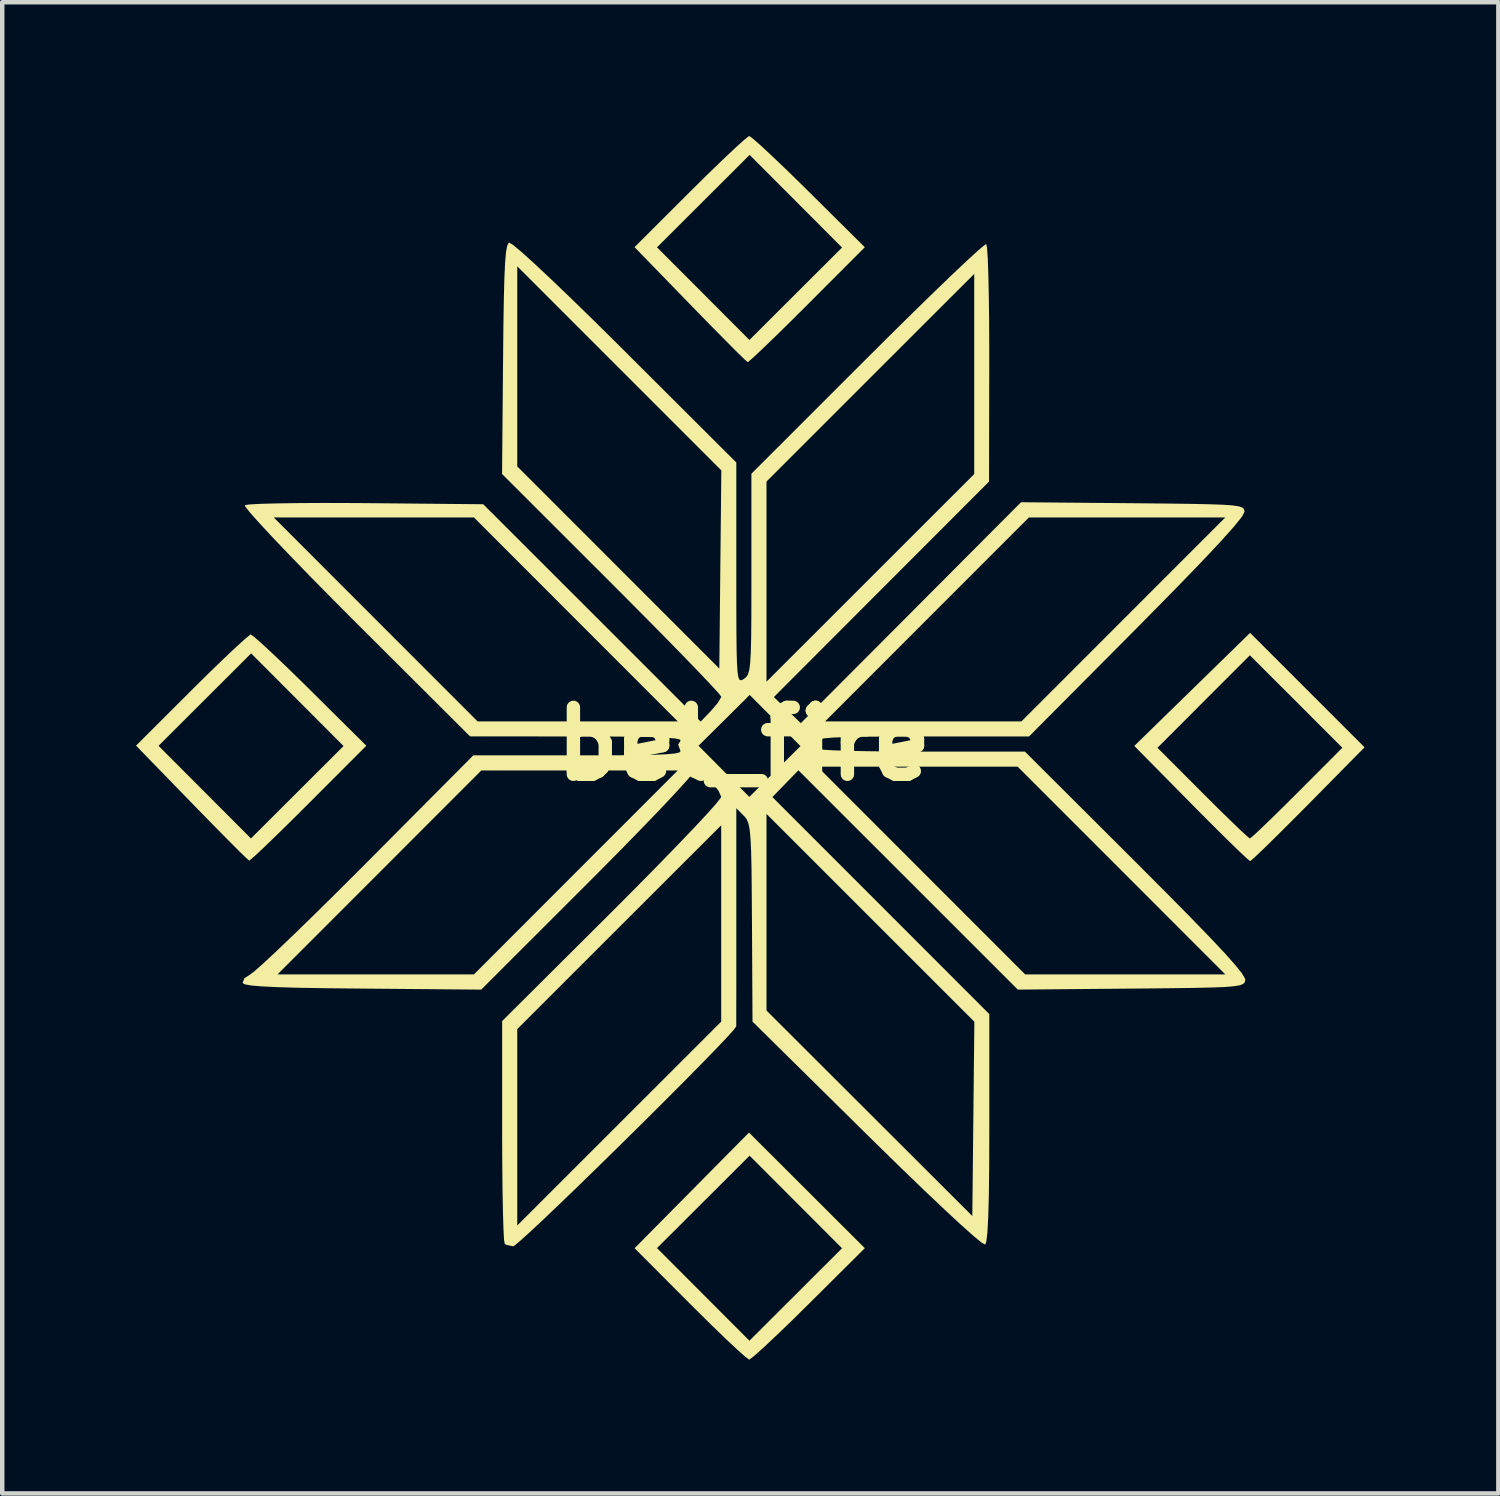
<source format=kicad_pcb>
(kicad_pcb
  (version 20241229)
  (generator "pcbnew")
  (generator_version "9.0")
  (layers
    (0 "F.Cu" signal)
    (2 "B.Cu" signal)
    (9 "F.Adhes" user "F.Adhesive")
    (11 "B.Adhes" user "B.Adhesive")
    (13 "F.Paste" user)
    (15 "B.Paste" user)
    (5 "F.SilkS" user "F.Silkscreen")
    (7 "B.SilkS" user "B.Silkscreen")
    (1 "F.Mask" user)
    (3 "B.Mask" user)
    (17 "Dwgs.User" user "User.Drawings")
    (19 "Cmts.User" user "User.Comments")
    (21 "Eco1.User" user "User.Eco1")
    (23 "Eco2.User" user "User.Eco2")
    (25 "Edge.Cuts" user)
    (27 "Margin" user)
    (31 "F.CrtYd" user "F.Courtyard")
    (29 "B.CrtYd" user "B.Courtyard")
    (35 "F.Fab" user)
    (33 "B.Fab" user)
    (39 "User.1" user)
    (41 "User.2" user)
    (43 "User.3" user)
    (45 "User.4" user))
  (footprint "bel_fire"
    (layer "F.Cu")
    (at 13.627 13.631)
    (property "Reference" "bel_fire" (at 0 0 0) (layer "F.SilkS") (effects (font (size 1.5 1.5) (thickness 0.3))))
    (attr board_only exclude_from_pos_files exclude_from_bom)
    (fp_poly (pts (xy 1.414 10.007) (xy 2.712 11.303) (xy 1.456 12.552) (xy 1.078 12.925) (xy 0.737 13.253) (xy 0.454 13.519) (xy 0.246 13.706) (xy 0.133 13.795) (xy 0.12 13.801) (xy 0.039 13.743) (xy -0.142 13.583) (xy -0.404 13.337) (xy -0.728 13.024) (xy -1.095 12.661) (xy -1.205 12.552) (xy -2.45 11.303) (xy -2.447 11.301) (xy -1.947 11.301) (xy -0.911 12.339) (xy 0.125 13.377) (xy 1.163 12.341) (xy 2.201 11.305) (xy 1.165 10.267) (xy 0.129 9.229) (xy -0.909 10.265) (xy -1.947 11.301) (xy -2.447 11.301) (xy -1.167 10.007) (xy 0.115 8.711)) (stroke (width 0) (type solid)) (fill yes) (layer "F.SilkS"))
    (fp_poly (pts (xy 12.633 -1.209) (xy 13.916 0.073) (xy 12.658 1.349) (xy 12.282 1.727) (xy 11.947 2.061) (xy 11.67 2.332) (xy 11.469 2.524) (xy 11.362 2.618) (xy 11.35 2.625) (xy 11.279 2.567) (xy 11.107 2.406) (xy 10.853 2.159) (xy 10.534 1.843) (xy 10.169 1.477) (xy 10.027 1.333) (xy 8.794 0.084) (xy 9.273 0.084) (xy 10.287 1.1) (xy 10.623 1.435) (xy 10.918 1.723) (xy 11.15 1.946) (xy 11.299 2.082) (xy 11.345 2.117) (xy 11.417 2.06) (xy 11.587 1.902) (xy 11.835 1.663) (xy 12.141 1.362) (xy 12.404 1.1) (xy 13.418 0.084) (xy 12.382 -0.953) (xy 11.345 -1.989) (xy 10.309 -0.953) (xy 9.273 0.084) (xy 8.794 0.084) (xy 8.754 0.042) (xy 10.052 -1.225) (xy 11.35 -2.492)) (stroke (width 0) (type solid)) (fill yes) (layer "F.SilkS"))
    (fp_poly (pts (xy -10.974 -2.398) (xy -10.793 -2.239) (xy -10.53 -1.994) (xy -10.204 -1.683) (xy -9.835 -1.322) (xy -9.721 -1.209) (xy -8.464 0.038) (xy -9.755 1.331) (xy -10.136 1.71) (xy -10.477 2.045) (xy -10.759 2.317) (xy -10.965 2.51) (xy -11.076 2.606) (xy -11.09 2.614) (xy -11.16 2.553) (xy -11.329 2.388) (xy -11.579 2.137) (xy -11.894 1.818) (xy -12.255 1.449) (xy -12.38 1.32) (xy -13.623 0.04) (xy -13.123 0.04) (xy -12.087 1.078) (xy -11.051 2.117) (xy -10.013 1.081) (xy -8.975 0.045) (xy -10.011 -0.994) (xy -11.047 -2.032) (xy -12.085 -0.996) (xy -13.123 0.04) (xy -13.623 0.04) (xy -13.627 0.036) (xy -12.379 -1.21) (xy -12.003 -1.582) (xy -11.664 -1.91) (xy -11.382 -2.176) (xy -11.177 -2.362) (xy -11.066 -2.451) (xy -11.054 -2.455)) (stroke (width 0) (type solid)) (fill yes) (layer "F.SilkS"))
    (fp_poly (pts (xy 0.202 -13.574) (xy 0.383 -13.415) (xy 0.646 -13.17) (xy 0.972 -12.859) (xy 1.341 -12.498) (xy 1.455 -12.385) (xy 2.712 -11.138) (xy 1.421 -9.845) (xy 1.04 -9.466) (xy 0.699 -9.131) (xy 0.417 -8.859) (xy 0.211 -8.666) (xy 0.1 -8.57) (xy 0.086 -8.562) (xy 0.016 -8.623) (xy -0.153 -8.788) (xy -0.403 -9.039) (xy -0.718 -9.358) (xy -1.079 -9.727) (xy -1.204 -9.856) (xy -2.447 -11.136) (xy -1.947 -11.136) (xy -0.911 -10.098) (xy 0.125 -9.059) (xy 1.163 -10.095) (xy 2.201 -11.131) (xy 1.165 -12.17) (xy 0.129 -13.208) (xy -0.909 -12.172) (xy -1.947 -11.136) (xy -2.447 -11.136) (xy -2.451 -11.14) (xy -1.203 -12.386) (xy -0.827 -12.758) (xy -0.488 -13.086) (xy -0.206 -13.352) (xy -0.001 -13.538) (xy 0.11 -13.627) (xy 0.122 -13.631)) (stroke (width 0) (type solid)) (fill yes) (layer "F.SilkS"))
    (fp_poly (pts (xy -5.178 -11.193) (xy -4.985 -11.032) (xy -4.697 -10.772) (xy -4.322 -10.421) (xy -3.873 -9.99) (xy -3.36 -9.491) (xy -2.795 -8.932) (xy -2.659 -8.796) (xy -0.169 -6.312) (xy -0.169 -3.832) (xy -0.169 -3.121) (xy -0.167 -2.561) (xy -0.163 -2.136) (xy -0.155 -1.829) (xy -0.142 -1.622) (xy -0.123 -1.498) (xy -0.096 -1.439) (xy -0.061 -1.429) (xy -0.015 -1.449) (xy 0 -1.459) (xy 0.051 -1.498) (xy 0.09 -1.556) (xy 0.12 -1.653) (xy 0.141 -1.81) (xy 0.155 -2.046) (xy 0.164 -2.38) (xy 0.168 -2.834) (xy 0.169 -3.426) (xy 0.169 -3.812) (xy 0.169 -5.885) (xy 0.508 -5.885) (xy 0.508 -3.642) (xy 0.508 -1.398) (xy 2.836 -3.725) (xy 5.165 -6.053) (xy 5.165 -8.296) (xy 5.165 -10.54) (xy 2.836 -8.213) (xy 0.508 -5.885) (xy 0.169 -5.885) (xy 0.169 -6.06) (xy 2.766 -8.656) (xy 3.313 -9.2) (xy 3.823 -9.703) (xy 4.286 -10.154) (xy 4.687 -10.54) (xy 5.015 -10.849) (xy 5.257 -11.07) (xy 5.401 -11.19) (xy 5.435 -11.208) (xy 5.453 -11.115) (xy 5.469 -10.874) (xy 5.482 -10.505) (xy 5.492 -10.029) (xy 5.499 -9.467) (xy 5.502 -8.839) (xy 5.502 -8.524) (xy 5.497 -5.884) (xy 3.085 -3.469) (xy 0.673 -1.053) (xy 0.975 -0.76) (xy 1.277 -0.468) (xy 1.317 -0.508) (xy 1.822 -0.508) (xy 4.023 -0.508) (xy 6.224 -0.508) (xy 8.509 -2.794) (xy 10.794 -5.08) (xy 8.592 -5.08) (xy 6.391 -5.08) (xy 4.106 -2.794) (xy 1.822 -0.508) (xy 1.317 -0.508) (xy 3.746 -2.944) (xy 6.214 -5.421) (xy 8.716 -5.399) (xy 9.432 -5.392) (xy 9.997 -5.385) (xy 10.428 -5.376) (xy 10.744 -5.365) (xy 10.963 -5.349) (xy 11.102 -5.328) (xy 11.18 -5.299) (xy 11.215 -5.262) (xy 11.225 -5.216) (xy 11.225 -5.207) (xy 11.167 -5.097) (xy 10.988 -4.874) (xy 10.688 -4.538) (xy 10.266 -4.089) (xy 9.721 -3.525) (xy 9.053 -2.846) (xy 8.813 -2.603) (xy 6.393 -0.169) (xy 3.991 -0.169) (xy 3.279 -0.168) (xy 2.721 -0.164) (xy 2.3 -0.157) (xy 2.001 -0.145) (xy 1.807 -0.128) (xy 1.703 -0.105) (xy 1.673 -0.076) (xy 1.682 -0.056) (xy 1.736 0.068) (xy 1.721 0.114) (xy 1.787 0.128) (xy 2.001 0.141) (xy 2.343 0.152) (xy 2.791 0.161) (xy 3.325 0.167) (xy 3.923 0.169) (xy 3.983 0.169) (xy 6.301 0.169) (xy 8.784 2.646) (xy 9.447 3.311) (xy 9.995 3.866) (xy 10.434 4.319) (xy 10.771 4.677) (xy 11.012 4.948) (xy 11.165 5.138) (xy 11.235 5.256) (xy 11.242 5.292) (xy 11.23 5.34) (xy 11.196 5.378) (xy 11.122 5.408) (xy 10.991 5.43) (xy 10.785 5.447) (xy 10.484 5.459) (xy 10.072 5.468) (xy 9.531 5.475) (xy 8.842 5.482) (xy 8.68 5.483) (xy 6.142 5.506) (xy 3.682 3.047) (xy 1.223 0.589) (xy 0.931 0.889) (xy 0.64 1.189) (xy 3.072 3.622) (xy 5.503 6.055) (xy 5.503 8.61) (xy 5.501 9.437) (xy 5.493 10.099) (xy 5.479 10.604) (xy 5.46 10.956) (xy 5.435 11.161) (xy 5.41 11.223) (xy 5.331 11.179) (xy 5.143 11.024) (xy 4.857 10.769) (xy 4.486 10.424) (xy 4.038 10) (xy 3.527 9.507) (xy 2.961 8.954) (xy 2.756 8.752) (xy 0.194 6.223) (xy 0.182 4) (xy 0.18 3.771) (xy 0.508 3.771) (xy 0.508 5.975) (xy 2.815 8.278) (xy 5.122 10.581) (xy 5.145 8.404) (xy 5.168 6.226) (xy 2.838 3.897) (xy 0.508 1.567) (xy 0.508 3.771) (xy 0.18 3.771) (xy 0.177 3.327) (xy 0.172 2.803) (xy 0.163 2.407) (xy 0.149 2.118) (xy 0.13 1.917) (xy 0.103 1.782) (xy 0.067 1.693) (xy 0.02 1.629) (xy 0 1.609) (xy -0.169 1.439) (xy -0.169 3.852) (xy -0.169 4.476) (xy -0.169 5.044) (xy -0.169 5.535) (xy -0.17 5.926) (xy -0.17 6.196) (xy -0.17 6.323) (xy -0.17 6.329) (xy -0.229 6.41) (xy -0.394 6.593) (xy -0.65 6.862) (xy -0.982 7.203) (xy -1.373 7.599) (xy -1.809 8.036) (xy -2.273 8.498) (xy -2.75 8.969) (xy -3.225 9.435) (xy -3.682 9.88) (xy -4.105 10.288) (xy -4.478 10.644) (xy -4.787 10.933) (xy -5.015 11.139) (xy -5.147 11.248) (xy -5.171 11.261) (xy -5.324 11.229) (xy -5.362 11.204) (xy -5.377 11.108) (xy -5.39 10.865) (xy -5.401 10.495) (xy -5.41 10.021) (xy -5.416 9.464) (xy -5.419 8.846) (xy -5.419 8.679) (xy -5.419 6.391) (xy -5.08 6.391) (xy -5.08 8.592) (xy -5.08 10.794) (xy -2.794 8.509) (xy -0.508 6.224) (xy -0.508 4.023) (xy -0.508 1.822) (xy -2.794 4.106) (xy -5.08 6.391) (xy -5.419 6.391) (xy -5.419 6.211) (xy -2.963 3.765) (xy -2.432 3.232) (xy -1.941 2.734) (xy -1.501 2.281) (xy -1.126 1.889) (xy -0.829 1.571) (xy -0.622 1.338) (xy -0.518 1.206) (xy -0.508 1.184) (xy -0.566 1.051) (xy -0.714 0.863) (xy -0.817 0.757) (xy -0.981 0.61) (xy -1.071 0.544) (xy -1.076 0.556) (xy -1.123 0.633) (xy -1.278 0.816) (xy -1.529 1.092) (xy -1.863 1.448) (xy -2.269 1.87) (xy -2.733 2.346) (xy -3.244 2.863) (xy -3.457 3.076) (xy -5.888 5.506) (xy -8.546 5.483) (xy -9.331 5.475) (xy -9.96 5.465) (xy -10.446 5.451) (xy -10.804 5.434) (xy -11.046 5.413) (xy -11.187 5.388) (xy -11.239 5.356) (xy -11.239 5.356) (xy -11.198 5.25) (xy -11.077 5.173) (xy -11.066 5.165) (xy -10.455 5.165) (xy -8.254 5.165) (xy -6.052 5.165) (xy -3.768 2.879) (xy -1.483 0.593) (xy -3.684 0.593) (xy -5.886 0.593) (xy -8.17 2.879) (xy -10.455 5.165) (xy -11.066 5.165) (xy -10.976 5.097) (xy -10.769 4.914) (xy -10.472 4.637) (xy -10.098 4.279) (xy -9.66 3.854) (xy -9.173 3.374) (xy -8.651 2.854) (xy -8.473 2.675) (xy -6.066 0.254) (xy -3.7 0.254) (xy -2.993 0.253) (xy -2.44 0.249) (xy -2.024 0.241) (xy -1.73 0.229) (xy -1.541 0.211) (xy -1.443 0.188) (xy -1.419 0.157) (xy -1.427 0.142) (xy -1.463 0.038) (xy -1.016 0.038) (xy -0.447 0.612) (xy 0.123 1.185) (xy 0.696 0.616) (xy 0.805 0.508) (xy 1.652 0.508) (xy 3.979 2.836) (xy 6.307 5.165) (xy 8.55 5.165) (xy 10.794 5.165) (xy 8.467 2.836) (xy 6.139 0.508) (xy 3.896 0.508) (xy 1.652 0.508) (xy 0.805 0.508) (xy 1.27 0.047) (xy 0.701 -0.527) (xy 0.131 -1.101) (xy -0.442 -0.531) (xy -1.016 0.038) (xy -1.463 0.038) (xy -1.473 0.009) (xy -1.42 -0.07) (xy -1.429 -0.1) (xy -1.53 -0.124) (xy -1.737 -0.142) (xy -2.064 -0.156) (xy -2.523 -0.164) (xy -3.127 -0.169) (xy -3.73 -0.17) (xy -6.138 -0.171) (xy -8.7 -2.726) (xy -9.24 -3.268) (xy -9.737 -3.773) (xy -10.181 -4.231) (xy -10.559 -4.627) (xy -10.859 -4.95) (xy -10.975 -5.08) (xy -10.54 -5.08) (xy -8.255 -2.794) (xy -5.97 -0.508) (xy -3.727 -0.508) (xy -1.483 -0.508) (xy -3.768 -2.794) (xy -6.052 -5.08) (xy -8.296 -5.08) (xy -10.54 -5.08) (xy -10.975 -5.08) (xy -11.069 -5.186) (xy -11.178 -5.324) (xy -11.19 -5.354) (xy -11.091 -5.371) (xy -10.843 -5.385) (xy -10.468 -5.395) (xy -9.987 -5.402) (xy -9.42 -5.405) (xy -8.79 -5.403) (xy -8.481 -5.401) (xy -5.843 -5.376) (xy -3.405 -2.94) (xy -0.968 -0.503) (xy -0.738 -0.743) (xy -0.59 -0.916) (xy -0.512 -1.045) (xy -0.508 -1.064) (xy -0.566 -1.139) (xy -0.732 -1.321) (xy -0.992 -1.595) (xy -1.335 -1.951) (xy -1.748 -2.373) (xy -2.219 -2.85) (xy -2.734 -3.368) (xy -2.964 -3.599) (xy -5.421 -6.054) (xy -5.4 -8.467) (xy -5.08 -8.467) (xy -5.08 -6.224) (xy -2.815 -3.958) (xy -0.55 -1.692) (xy -0.528 -3.914) (xy -0.505 -6.135) (xy -2.793 -8.423) (xy -5.08 -10.71) (xy -5.08 -8.467) (xy -5.4 -8.467) (xy -5.398 -8.629) (xy -5.391 -9.383) (xy -5.381 -9.984) (xy -5.369 -10.447) (xy -5.353 -10.787) (xy -5.333 -11.021) (xy -5.308 -11.164) (xy -5.277 -11.232) (xy -5.262 -11.242)) (stroke (width 0) (type solid)) (fill yes) (layer "F.SilkS")))
  (gr_rect
    (start -3 -3)
    (end 30.543 30.432)
    (stroke (width 0.1) (type default))
    (fill no)
    (layer "Edge.Cuts")))
</source>
